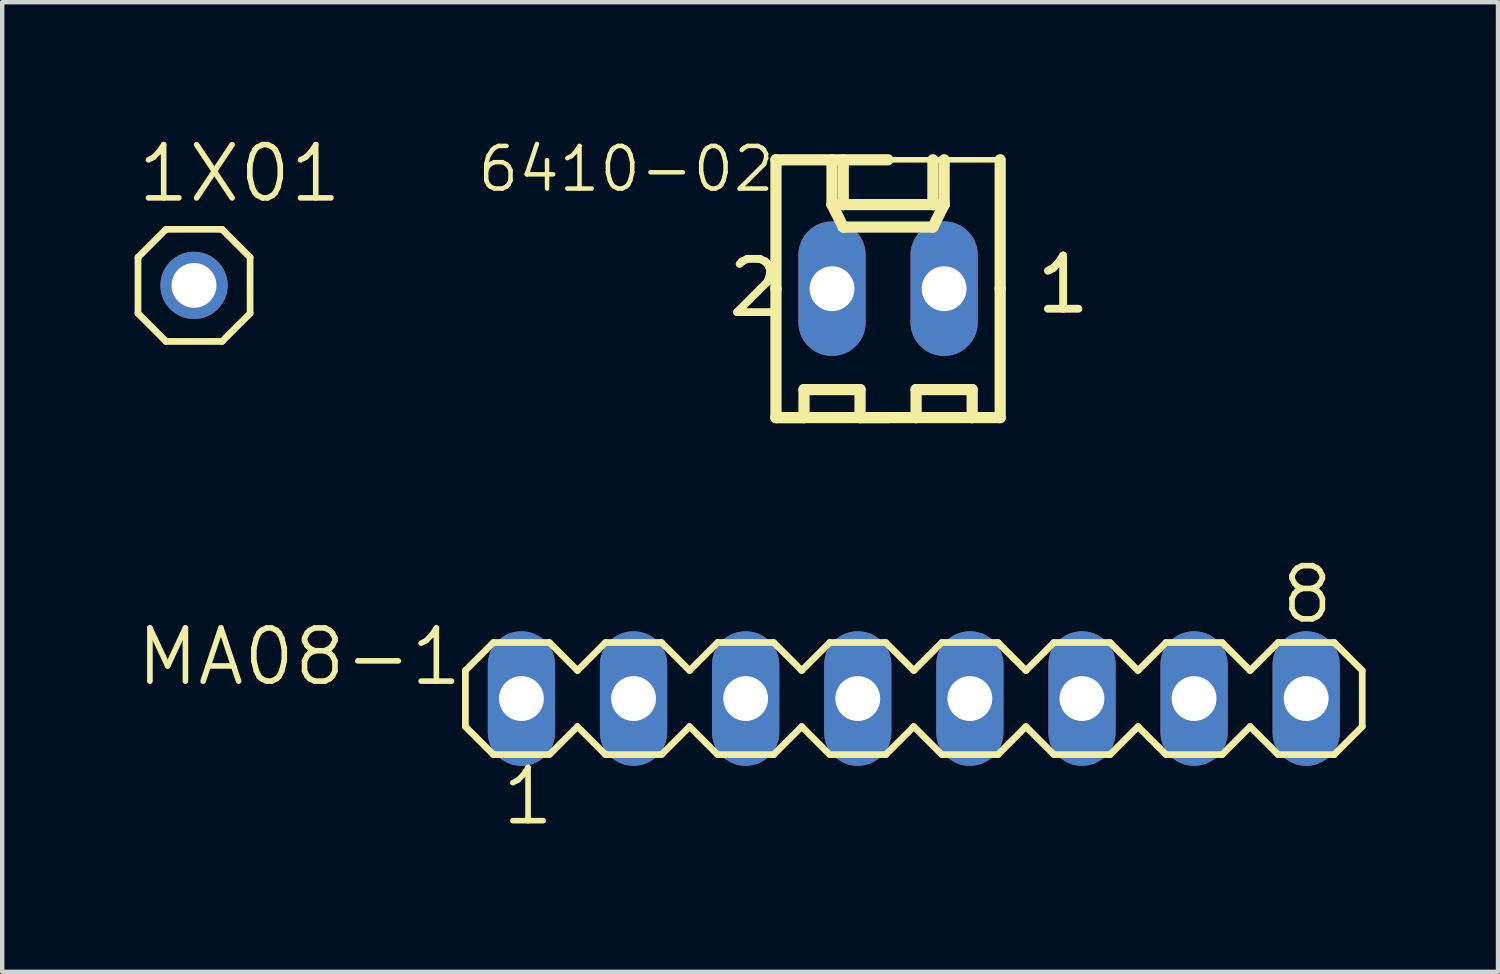
<source format=kicad_pcb>
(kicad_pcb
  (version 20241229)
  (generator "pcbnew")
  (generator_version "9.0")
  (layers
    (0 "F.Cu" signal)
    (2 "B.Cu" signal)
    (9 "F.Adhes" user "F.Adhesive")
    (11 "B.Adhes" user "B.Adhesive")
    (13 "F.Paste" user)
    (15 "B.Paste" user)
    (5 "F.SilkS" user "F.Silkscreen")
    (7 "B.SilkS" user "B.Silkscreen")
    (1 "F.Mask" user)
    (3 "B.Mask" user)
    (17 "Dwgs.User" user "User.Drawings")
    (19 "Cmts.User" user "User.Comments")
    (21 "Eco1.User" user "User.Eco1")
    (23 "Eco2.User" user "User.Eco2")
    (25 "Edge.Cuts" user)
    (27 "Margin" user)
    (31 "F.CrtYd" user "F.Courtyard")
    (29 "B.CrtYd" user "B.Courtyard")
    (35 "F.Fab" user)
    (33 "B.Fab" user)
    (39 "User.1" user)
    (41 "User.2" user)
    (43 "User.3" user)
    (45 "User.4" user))
  (footprint "6410-02"
    (layer "F.Cu")
    (at 17.071 3.491)
    (property "Reference" "6410-02" (at -2.513 -3.275 0) (layer "F.SilkS") (effects (font (size 0.965 0.965) (thickness 0.102)) (justify right top)))
    (attr through_hole)
    (fp_line (start -2.54 -2.921) (end -1.27 -2.921) (stroke (width 0.254) (type solid)) (layer "F.SilkS"))
    (fp_line (start -2.54 0) (end -2.54 -2.921) (stroke (width 0.254) (type solid)) (layer "F.SilkS"))
    (fp_line (start -2.54 0) (end -2.54 2.921) (stroke (width 0.254) (type solid)) (layer "F.SilkS"))
    (fp_line (start -2.54 2.921) (end -1.905 2.921) (stroke (width 0.254) (type solid)) (layer "F.SilkS"))
    (fp_line (start -2.54 2.921) (end 0 2.921) (stroke (width 0.254) (type solid)) (layer "F.SilkS"))
    (fp_line (start -2.286 2.921) (end -1.905 2.921) (stroke (width 0.127) (type solid)) (layer "F.SilkS"))
    (fp_line (start -1.905 2.286) (end -0.635 2.286) (stroke (width 0.254) (type solid)) (layer "F.SilkS"))
    (fp_line (start -1.905 2.921) (end -1.905 2.286) (stroke (width 0.254) (type solid)) (layer "F.SilkS"))
    (fp_line (start -1.27 -2.921) (end 0 -2.921) (stroke (width 0.254) (type solid)) (layer "F.SilkS"))
    (fp_line (start -1.27 -2.54) (end -1.27 -2.921) (stroke (width 0.127) (type solid)) (layer "F.SilkS"))
    (fp_line (start -1.27 -1.905) (end -1.27 -2.921) (stroke (width 0.254) (type solid)) (layer "F.SilkS"))
    (fp_line (start -1.27 -1.905) (end -1.016 -1.905) (stroke (width 0.254) (type solid)) (layer "F.SilkS"))
    (fp_line (start -1.27 -1.905) (end -1.016 -1.397) (stroke (width 0.254) (type solid)) (layer "F.SilkS"))
    (fp_line (start -1.016 -2.921) (end -1.27 -2.921) (stroke (width 0.127) (type solid)) (layer "F.SilkS"))
    (fp_line (start -1.016 -2.921) (end -1.016 -1.905) (stroke (width 0.254) (type solid)) (layer "F.SilkS"))
    (fp_line (start -1.016 -1.905) (end 1.016 -1.905) (stroke (width 0.254) (type solid)) (layer "F.SilkS"))
    (fp_line (start -1.016 -1.397) (end 1.016 -1.397) (stroke (width 0.254) (type solid)) (layer "F.SilkS"))
    (fp_line (start -0.635 2.286) (end -0.635 2.921) (stroke (width 0.254) (type solid)) (layer "F.SilkS"))
    (fp_line (start -0.635 2.921) (end 0.635 2.921) (stroke (width 0.254) (type solid)) (layer "F.SilkS"))
    (fp_line (start 0.635 2.286) (end 1.905 2.286) (stroke (width 0.254) (type solid)) (layer "F.SilkS"))
    (fp_line (start 0.635 2.921) (end 0 2.921) (stroke (width 0.127) (type solid)) (layer "F.SilkS"))
    (fp_line (start 0.635 2.921) (end 0.635 2.286) (stroke (width 0.254) (type solid)) (layer "F.SilkS"))
    (fp_line (start 1.016 -2.921) (end 1.016 -1.905) (stroke (width 0.254) (type solid)) (layer "F.SilkS"))
    (fp_line (start 1.016 -1.905) (end 1.27 -1.905) (stroke (width 0.254) (type solid)) (layer "F.SilkS"))
    (fp_line (start 1.016 -1.397) (end 1.27 -1.905) (stroke (width 0.254) (type solid)) (layer "F.SilkS"))
    (fp_line (start 1.27 -1.905) (end 1.27 -2.921) (stroke (width 0.254) (type solid)) (layer "F.SilkS"))
    (fp_line (start 1.905 2.286) (end 1.905 2.921) (stroke (width 0.254) (type solid)) (layer "F.SilkS"))
    (fp_line (start 1.905 2.921) (end 0.635 2.921) (stroke (width 0.254) (type solid)) (layer "F.SilkS"))
    (fp_line (start 1.905 2.921) (end 2.54 2.921) (stroke (width 0.254) (type solid)) (layer "F.SilkS"))
    (fp_line (start 2.54 -2.921) (end 0 -2.921) (stroke (width 0.127) (type solid)) (layer "F.SilkS"))
    (fp_line (start 2.54 0) (end 2.54 -2.921) (stroke (width 0.254) (type solid)) (layer "F.SilkS"))
    (fp_line (start 2.54 0) (end 2.54 2.921) (stroke (width 0.254) (type solid)) (layer "F.SilkS"))
    (fp_line (start 2.54 2.921) (end 1.905 2.921) (stroke (width 0.127) (type solid)) (layer "F.SilkS"))
    (fp_poly (pts (xy -1.524 0.254) (xy -1.016 0.254) (xy -1.016 -0.254) (xy -1.524 -0.254)) (stroke (width 0.1) (type solid)) (fill no) (layer "F.Fab"))
    (fp_poly (pts (xy 1.016 0.254) (xy 1.524 0.254) (xy 1.524 -0.254) (xy 1.016 -0.254)) (stroke (width 0.1) (type solid)) (fill no) (layer "F.Fab"))
    (fp_text user "1" (at 3.275 0.611 0) (layer "F.SilkS") (effects (font (size 1.206 1.206) (thickness 0.178)) (justify left bottom)))
    (fp_text user "2" (at -3.71 0.687 0) (layer "F.SilkS") (effects (font (size 1.206 1.206) (thickness 0.178)) (justify left bottom)))
    (pad "1" thru_hole oval (at 1.27 0 90) (size 3.048 1.524) (drill 1.016) (layers "*.Cu" "*.Mask"))
    (pad "2" thru_hole oval (at -1.27 0 90) (size 3.048 1.524) (drill 1.016) (layers "*.Cu" "*.Mask")))
  (footprint "MA08-1"
    (layer "F.Cu")
    (at 17.654 12.777)
    (property "Reference" "MA08-1" (at -10.16 -1.651 0) (layer "F.SilkS") (effects (font (size 1.206 1.206) (thickness 0.127)) (justify right top)))
    (attr through_hole)
    (fp_line (start -10.16 -0.635) (end -10.16 0.635) (stroke (width 0.152) (type solid)) (layer "F.SilkS"))
    (fp_line (start -10.16 0.635) (end -9.525 1.27) (stroke (width 0.152) (type solid)) (layer "F.SilkS"))
    (fp_line (start -9.525 -1.27) (end -10.16 -0.635) (stroke (width 0.152) (type solid)) (layer "F.SilkS"))
    (fp_line (start -9.525 -1.27) (end -8.255 -1.27) (stroke (width 0.152) (type solid)) (layer "F.SilkS"))
    (fp_line (start -8.255 -1.27) (end -7.62 -0.635) (stroke (width 0.152) (type solid)) (layer "F.SilkS"))
    (fp_line (start -8.255 1.27) (end -9.525 1.27) (stroke (width 0.152) (type solid)) (layer "F.SilkS"))
    (fp_line (start -7.62 -0.635) (end -6.985 -1.27) (stroke (width 0.152) (type solid)) (layer "F.SilkS"))
    (fp_line (start -7.62 0.635) (end -8.255 1.27) (stroke (width 0.152) (type solid)) (layer "F.SilkS"))
    (fp_line (start -6.985 -1.27) (end -5.715 -1.27) (stroke (width 0.152) (type solid)) (layer "F.SilkS"))
    (fp_line (start -6.985 1.27) (end -7.62 0.635) (stroke (width 0.152) (type solid)) (layer "F.SilkS"))
    (fp_line (start -5.715 -1.27) (end -5.08 -0.635) (stroke (width 0.152) (type solid)) (layer "F.SilkS"))
    (fp_line (start -5.715 1.27) (end -6.985 1.27) (stroke (width 0.152) (type solid)) (layer "F.SilkS"))
    (fp_line (start -5.08 -0.635) (end -4.445 -1.27) (stroke (width 0.152) (type solid)) (layer "F.SilkS"))
    (fp_line (start -5.08 0.635) (end -5.715 1.27) (stroke (width 0.152) (type solid)) (layer "F.SilkS"))
    (fp_line (start -4.445 -1.27) (end -3.175 -1.27) (stroke (width 0.152) (type solid)) (layer "F.SilkS"))
    (fp_line (start -4.445 1.27) (end -5.08 0.635) (stroke (width 0.152) (type solid)) (layer "F.SilkS"))
    (fp_line (start -3.175 -1.27) (end -2.54 -0.635) (stroke (width 0.152) (type solid)) (layer "F.SilkS"))
    (fp_line (start -3.175 1.27) (end -4.445 1.27) (stroke (width 0.152) (type solid)) (layer "F.SilkS"))
    (fp_line (start -2.54 0.635) (end -3.175 1.27) (stroke (width 0.152) (type solid)) (layer "F.SilkS"))
    (fp_line (start -2.54 0.635) (end -1.905 1.27) (stroke (width 0.152) (type solid)) (layer "F.SilkS"))
    (fp_line (start -1.905 -1.27) (end -2.54 -0.635) (stroke (width 0.152) (type solid)) (layer "F.SilkS"))
    (fp_line (start -1.905 -1.27) (end -0.635 -1.27) (stroke (width 0.152) (type solid)) (layer "F.SilkS"))
    (fp_line (start -0.635 -1.27) (end 0 -0.635) (stroke (width 0.152) (type solid)) (layer "F.SilkS"))
    (fp_line (start -0.635 1.27) (end -1.905 1.27) (stroke (width 0.152) (type solid)) (layer "F.SilkS"))
    (fp_line (start 0 0.635) (end -0.635 1.27) (stroke (width 0.152) (type solid)) (layer "F.SilkS"))
    (fp_line (start 0 0.635) (end 0.635 1.27) (stroke (width 0.152) (type solid)) (layer "F.SilkS"))
    (fp_line (start 0.635 -1.27) (end 0 -0.635) (stroke (width 0.152) (type solid)) (layer "F.SilkS"))
    (fp_line (start 0.635 -1.27) (end 1.905 -1.27) (stroke (width 0.152) (type solid)) (layer "F.SilkS"))
    (fp_line (start 1.905 -1.27) (end 2.54 -0.635) (stroke (width 0.152) (type solid)) (layer "F.SilkS"))
    (fp_line (start 1.905 1.27) (end 0.635 1.27) (stroke (width 0.152) (type solid)) (layer "F.SilkS"))
    (fp_line (start 2.54 -0.635) (end 3.175 -1.27) (stroke (width 0.152) (type solid)) (layer "F.SilkS"))
    (fp_line (start 2.54 0.635) (end 1.905 1.27) (stroke (width 0.152) (type solid)) (layer "F.SilkS"))
    (fp_line (start 3.175 -1.27) (end 4.445 -1.27) (stroke (width 0.152) (type solid)) (layer "F.SilkS"))
    (fp_line (start 3.175 1.27) (end 2.54 0.635) (stroke (width 0.152) (type solid)) (layer "F.SilkS"))
    (fp_line (start 4.445 -1.27) (end 5.08 -0.635) (stroke (width 0.152) (type solid)) (layer "F.SilkS"))
    (fp_line (start 4.445 1.27) (end 3.175 1.27) (stroke (width 0.152) (type solid)) (layer "F.SilkS"))
    (fp_line (start 5.08 -0.635) (end 5.715 -1.27) (stroke (width 0.152) (type solid)) (layer "F.SilkS"))
    (fp_line (start 5.08 0.635) (end 4.445 1.27) (stroke (width 0.152) (type solid)) (layer "F.SilkS"))
    (fp_line (start 5.715 -1.27) (end 6.985 -1.27) (stroke (width 0.152) (type solid)) (layer "F.SilkS"))
    (fp_line (start 5.715 1.27) (end 5.08 0.635) (stroke (width 0.152) (type solid)) (layer "F.SilkS"))
    (fp_line (start 6.985 -1.27) (end 7.62 -0.635) (stroke (width 0.152) (type solid)) (layer "F.SilkS"))
    (fp_line (start 6.985 1.27) (end 5.715 1.27) (stroke (width 0.152) (type solid)) (layer "F.SilkS"))
    (fp_line (start 7.62 0.635) (end 6.985 1.27) (stroke (width 0.152) (type solid)) (layer "F.SilkS"))
    (fp_line (start 7.62 0.635) (end 8.255 1.27) (stroke (width 0.152) (type solid)) (layer "F.SilkS"))
    (fp_line (start 8.255 -1.27) (end 7.62 -0.635) (stroke (width 0.152) (type solid)) (layer "F.SilkS"))
    (fp_line (start 8.255 -1.27) (end 9.525 -1.27) (stroke (width 0.152) (type solid)) (layer "F.SilkS"))
    (fp_line (start 9.525 -1.27) (end 10.16 -0.635) (stroke (width 0.152) (type solid)) (layer "F.SilkS"))
    (fp_line (start 9.525 1.27) (end 8.255 1.27) (stroke (width 0.152) (type solid)) (layer "F.SilkS"))
    (fp_line (start 10.16 -0.635) (end 10.16 0.635) (stroke (width 0.152) (type solid)) (layer "F.SilkS"))
    (fp_line (start 10.16 0.635) (end 9.525 1.27) (stroke (width 0.152) (type solid)) (layer "F.SilkS"))
    (fp_poly (pts (xy -9.144 0.254) (xy -8.636 0.254) (xy -8.636 -0.254) (xy -9.144 -0.254)) (stroke (width 0.1) (type solid)) (fill no) (layer "F.Fab"))
    (fp_poly (pts (xy -6.604 0.254) (xy -6.096 0.254) (xy -6.096 -0.254) (xy -6.604 -0.254)) (stroke (width 0.1) (type solid)) (fill no) (layer "F.Fab"))
    (fp_poly (pts (xy -4.064 0.254) (xy -3.556 0.254) (xy -3.556 -0.254) (xy -4.064 -0.254)) (stroke (width 0.1) (type solid)) (fill no) (layer "F.Fab"))
    (fp_poly (pts (xy -1.524 0.254) (xy -1.016 0.254) (xy -1.016 -0.254) (xy -1.524 -0.254)) (stroke (width 0.1) (type solid)) (fill no) (layer "F.Fab"))
    (fp_poly (pts (xy 1.016 0.254) (xy 1.524 0.254) (xy 1.524 -0.254) (xy 1.016 -0.254)) (stroke (width 0.1) (type solid)) (fill no) (layer "F.Fab"))
    (fp_poly (pts (xy 3.556 0.254) (xy 4.064 0.254) (xy 4.064 -0.254) (xy 3.556 -0.254)) (stroke (width 0.1) (type solid)) (fill no) (layer "F.Fab"))
    (fp_poly (pts (xy 6.096 0.254) (xy 6.604 0.254) (xy 6.604 -0.254) (xy 6.096 -0.254)) (stroke (width 0.1) (type solid)) (fill no) (layer "F.Fab"))
    (fp_poly (pts (xy 8.636 0.254) (xy 9.144 0.254) (xy 9.144 -0.254) (xy 8.636 -0.254)) (stroke (width 0.1) (type solid)) (fill no) (layer "F.Fab"))
    (fp_text user "1" (at -9.398 2.921 0) (layer "F.SilkS") (effects (font (size 1.206 1.206) (thickness 0.127)) (justify left bottom)))
    (fp_text user "8" (at 8.255 -1.651 0) (layer "F.SilkS") (effects (font (size 1.206 1.206) (thickness 0.127)) (justify left bottom)))
    (pad "1" thru_hole oval (at -8.89 0 90) (size 3.048 1.524) (drill 1.016) (layers "*.Cu" "*.Mask"))
    (pad "2" thru_hole oval (at -6.35 0 90) (size 3.048 1.524) (drill 1.016) (layers "*.Cu" "*.Mask"))
    (pad "3" thru_hole oval (at -3.81 0 90) (size 3.048 1.524) (drill 1.016) (layers "*.Cu" "*.Mask"))
    (pad "4" thru_hole oval (at -1.27 0 90) (size 3.048 1.524) (drill 1.016) (layers "*.Cu" "*.Mask"))
    (pad "5" thru_hole oval (at 1.27 0 90) (size 3.048 1.524) (drill 1.016) (layers "*.Cu" "*.Mask"))
    (pad "6" thru_hole oval (at 3.81 0 90) (size 3.048 1.524) (drill 1.016) (layers "*.Cu" "*.Mask"))
    (pad "7" thru_hole oval (at 6.35 0 90) (size 3.048 1.524) (drill 1.016) (layers "*.Cu" "*.Mask"))
    (pad "8" thru_hole oval (at 8.89 0 90) (size 3.048 1.524) (drill 1.016) (layers "*.Cu" "*.Mask")))
  (footprint "1X01"
    (layer "F.Cu")
    (at 1.346 3.416)
    (property "Reference" "1X01" (at -1.346 -1.829 0) (layer "F.SilkS") (effects (font (size 1.206 1.206) (thickness 0.127)) (justify left bottom)))
    (attr through_hole)
    (fp_line (start -1.27 -0.635) (end -1.27 0.635) (stroke (width 0.152) (type solid)) (layer "F.SilkS"))
    (fp_line (start -1.27 0.635) (end -0.635 1.27) (stroke (width 0.152) (type solid)) (layer "F.SilkS"))
    (fp_line (start -0.635 -1.27) (end -1.27 -0.635) (stroke (width 0.152) (type solid)) (layer "F.SilkS"))
    (fp_line (start -0.635 -1.27) (end 0.635 -1.27) (stroke (width 0.152) (type solid)) (layer "F.SilkS"))
    (fp_line (start 0.635 -1.27) (end 1.27 -0.635) (stroke (width 0.152) (type solid)) (layer "F.SilkS"))
    (fp_line (start 0.635 1.27) (end -0.635 1.27) (stroke (width 0.152) (type solid)) (layer "F.SilkS"))
    (fp_line (start 1.27 -0.635) (end 1.27 0.635) (stroke (width 0.152) (type solid)) (layer "F.SilkS"))
    (fp_line (start 1.27 0.635) (end 0.635 1.27) (stroke (width 0.152) (type solid)) (layer "F.SilkS"))
    (fp_poly (pts (xy -0.254 0.254) (xy 0.254 0.254) (xy 0.254 -0.254) (xy -0.254 -0.254)) (stroke (width 0.1) (type solid)) (fill no) (layer "F.Fab"))
    (pad "1" thru_hole circle (at 0 0) (size 1.524 1.524) (drill 1.016) (layers "*.Cu" "*.Mask")))
  (gr_rect
    (start -3 -3)
    (end 30.89 18.968)
    (stroke (width 0.1) (type default))
    (fill no)
    (layer "Edge.Cuts")))
</source>
